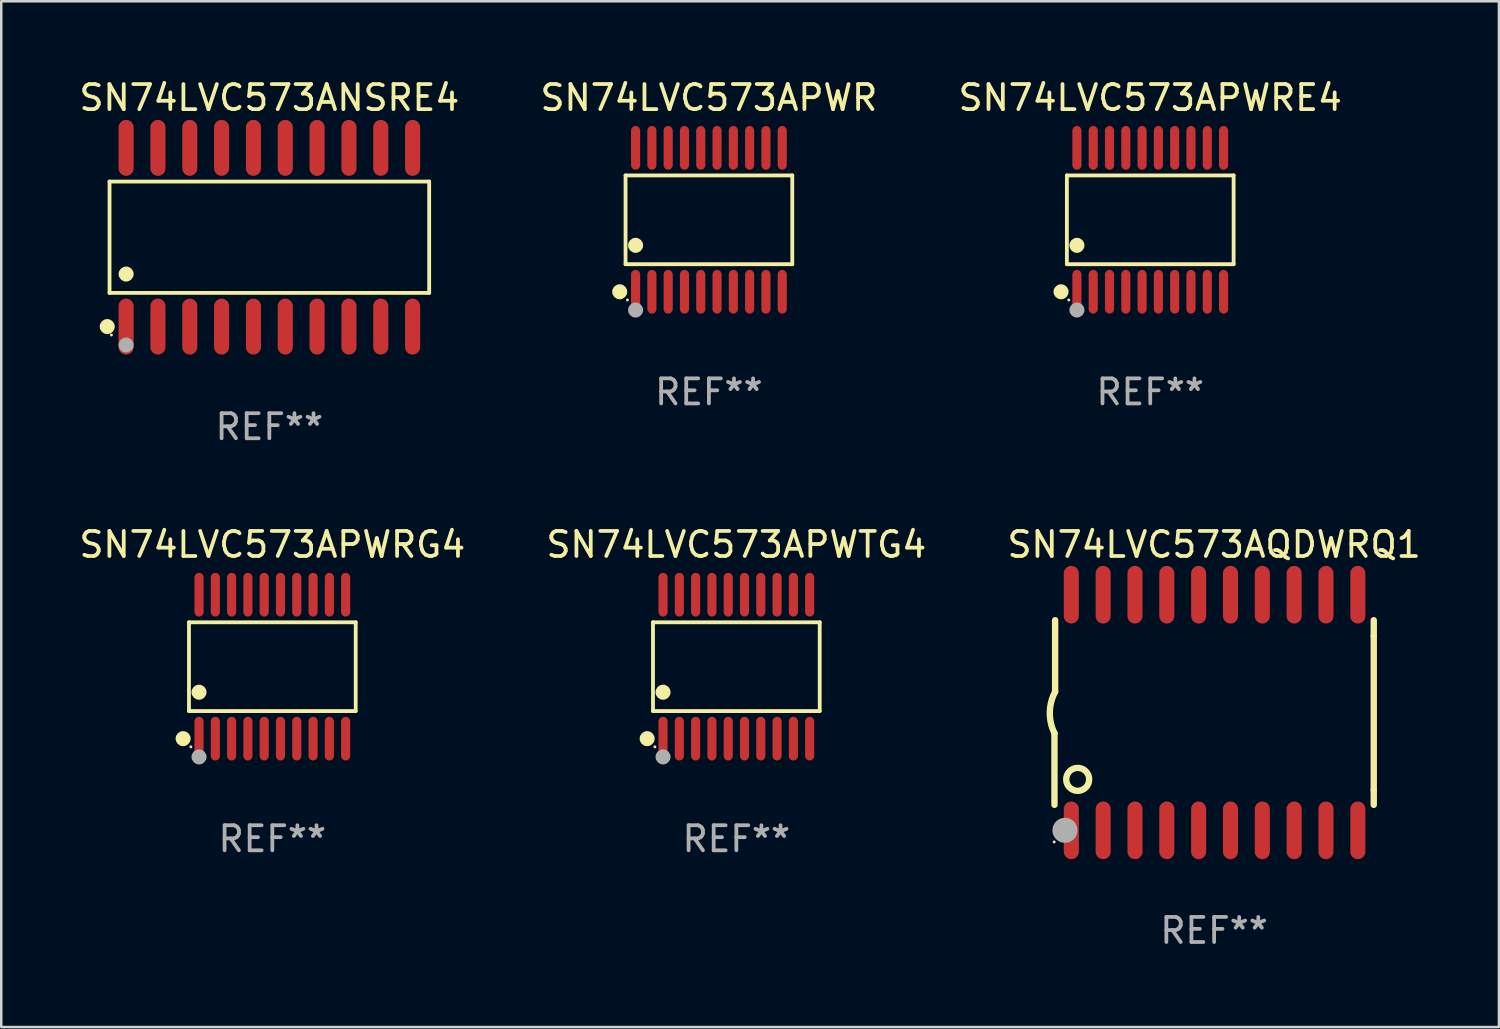
<source format=kicad_pcb>
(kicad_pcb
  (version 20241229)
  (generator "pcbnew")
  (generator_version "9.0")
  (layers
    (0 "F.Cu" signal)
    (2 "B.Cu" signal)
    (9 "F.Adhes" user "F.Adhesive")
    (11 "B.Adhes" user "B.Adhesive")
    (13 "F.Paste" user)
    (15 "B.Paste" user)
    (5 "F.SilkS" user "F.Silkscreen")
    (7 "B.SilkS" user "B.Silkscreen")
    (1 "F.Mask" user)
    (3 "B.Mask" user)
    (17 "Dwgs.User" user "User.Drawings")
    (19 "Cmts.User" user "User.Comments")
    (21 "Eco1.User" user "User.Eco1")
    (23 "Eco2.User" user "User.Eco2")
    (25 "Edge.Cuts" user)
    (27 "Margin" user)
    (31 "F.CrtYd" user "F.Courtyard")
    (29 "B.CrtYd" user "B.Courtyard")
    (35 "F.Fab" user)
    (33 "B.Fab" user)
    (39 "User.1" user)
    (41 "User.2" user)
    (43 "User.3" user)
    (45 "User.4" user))
  (footprint "SN74LVC573APWR"
    (layer "F.Cu")
    (at 25.232 5.719)
    (property "Reference" "SN74LVC573APWR" (at 0 -4.871 0) (layer "F.SilkS") (effects (font (size 1 1) (thickness 0.15))))
    (attr through_hole)
    (fp_line (start -3.326 -1.771) (end 3.326 -1.771) (stroke (width 0.152) (type solid)) (layer "F.SilkS"))
    (fp_line (start -3.326 1.771) (end -3.326 -1.771) (stroke (width 0.152) (type solid)) (layer "F.SilkS"))
    (fp_line (start 3.326 -1.771) (end 3.326 1.771) (stroke (width 0.152) (type solid)) (layer "F.SilkS"))
    (fp_line (start 3.326 1.771) (end -3.326 1.771) (stroke (width 0.152) (type solid)) (layer "F.SilkS"))
    (fp_circle (center -3.559 2.871) (end -3.409 2.871) (stroke (width 0.3) (type solid)) (fill no) (layer "F.SilkS"))
    (fp_circle (center -3.25 3.2) (end -3.22 3.2) (stroke (width 0.06) (type solid)) (fill no) (layer "F.SilkS"))
    (fp_circle (center -2.925 1.019) (end -2.775 1.019) (stroke (width 0.3) (type solid)) (fill no) (layer "F.SilkS"))
    (fp_circle (center -2.925 3.6) (end -2.775 3.6) (stroke (width 0.3) (type solid)) (fill no) (layer "F.Fab"))
    (fp_text user "REF**" (at 0 6.871 0) (layer "F.Fab") (effects (font (size 1 1) (thickness 0.15))))
    (pad "1" smd oval (at -2.925 2.871) (size 0.364 1.742) (layers "F.Cu" "F.Mask" "F.Paste"))
    (pad "2" smd oval (at -2.275 2.871) (size 0.364 1.742) (layers "F.Cu" "F.Mask" "F.Paste"))
    (pad "3" smd oval (at -1.625 2.871) (size 0.364 1.742) (layers "F.Cu" "F.Mask" "F.Paste"))
    (pad "4" smd oval (at -0.975 2.871) (size 0.364 1.742) (layers "F.Cu" "F.Mask" "F.Paste"))
    (pad "5" smd oval (at -0.325 2.871) (size 0.364 1.742) (layers "F.Cu" "F.Mask" "F.Paste"))
    (pad "6" smd oval (at 0.325 2.871) (size 0.364 1.742) (layers "F.Cu" "F.Mask" "F.Paste"))
    (pad "7" smd oval (at 0.975 2.871) (size 0.364 1.742) (layers "F.Cu" "F.Mask" "F.Paste"))
    (pad "8" smd oval (at 1.625 2.871) (size 0.364 1.742) (layers "F.Cu" "F.Mask" "F.Paste"))
    (pad "9" smd oval (at 2.275 2.871) (size 0.364 1.742) (layers "F.Cu" "F.Mask" "F.Paste"))
    (pad "10" smd oval (at 2.925 2.871) (size 0.364 1.742) (layers "F.Cu" "F.Mask" "F.Paste"))
    (pad "11" smd oval (at 2.925 -2.871) (size 0.364 1.742) (layers "F.Cu" "F.Mask" "F.Paste"))
    (pad "12" smd oval (at 2.275 -2.871) (size 0.364 1.742) (layers "F.Cu" "F.Mask" "F.Paste"))
    (pad "13" smd oval (at 1.625 -2.871) (size 0.364 1.742) (layers "F.Cu" "F.Mask" "F.Paste"))
    (pad "14" smd oval (at 0.975 -2.871) (size 0.364 1.742) (layers "F.Cu" "F.Mask" "F.Paste"))
    (pad "15" smd oval (at 0.325 -2.871) (size 0.364 1.742) (layers "F.Cu" "F.Mask" "F.Paste"))
    (pad "16" smd oval (at -0.325 -2.871) (size 0.364 1.742) (layers "F.Cu" "F.Mask" "F.Paste"))
    (pad "17" smd oval (at -0.975 -2.871) (size 0.364 1.742) (layers "F.Cu" "F.Mask" "F.Paste"))
    (pad "18" smd oval (at -1.625 -2.871) (size 0.364 1.742) (layers "F.Cu" "F.Mask" "F.Paste"))
    (pad "19" smd oval (at -2.275 -2.871) (size 0.364 1.742) (layers "F.Cu" "F.Mask" "F.Paste"))
    (pad "20" smd oval (at -2.925 -2.871) (size 0.364 1.742) (layers "F.Cu" "F.Mask" "F.Paste")))
  (footprint "SN74LVC573AQDWRQ1"
    (layer "F.Cu")
    (at 45.387 25.376)
    (property "Reference" "SN74LVC573AQDWRQ1" (at 0 -6.7 0) (layer "F.SilkS") (effects (font (size 1 1) (thickness 0.15))))
    (attr through_hole)
    (fp_line (start -6.369 0.826) (end -6.369 3.683) (stroke (width 0.254) (type solid)) (layer "F.SilkS"))
    (fp_line (start -6.343 -0.825) (end -6.343 -3.683) (stroke (width 0.254) (type solid)) (layer "F.SilkS"))
    (fp_line (start 6.369 -3.048) (end 6.369 -3.683) (stroke (width 0.254) (type solid)) (layer "F.SilkS"))
    (fp_line (start 6.369 -3.048) (end 6.369 3.096) (stroke (width 0.254) (type solid)) (layer "F.SilkS"))
    (fp_line (start 6.369 3.096) (end 6.369 3.683) (stroke (width 0.254) (type solid)) (layer "F.SilkS"))
    (fp_arc (start -6.36853 0.825552) (mid -6.554743 -0.00301) (end -6.343129 -0.825451) (stroke (width 0.254001) (type solid)) (layer "F.SilkS"))
    (fp_circle (center -6.382 5.163) (end -6.352 5.163) (stroke (width 0.06) (type solid)) (fill no) (layer "F.SilkS"))
    (fp_circle (center -5.443 2.667) (end -4.985 2.667) (stroke (width 0.254) (type solid)) (fill no) (layer "F.SilkS"))
    (fp_circle (center -5.951 4.699) (end -5.701 4.699) (stroke (width 0.5) (type solid)) (fill no) (layer "F.Fab"))
    (fp_text user "REF**" (at 0 8.7 0) (layer "F.Fab") (effects (font (size 1 1) (thickness 0.15))))
    (pad "1" smd oval (at -5.697 4.7 180) (size 0.6 2.3) (layers "F.Cu" "F.Mask" "F.Paste"))
    (pad "2" smd oval (at -4.427 4.7 180) (size 0.6 2.3) (layers "F.Cu" "F.Mask" "F.Paste"))
    (pad "3" smd oval (at -3.157 4.7 180) (size 0.6 2.3) (layers "F.Cu" "F.Mask" "F.Paste"))
    (pad "4" smd oval (at -1.887 4.7 180) (size 0.6 2.3) (layers "F.Cu" "F.Mask" "F.Paste"))
    (pad "5" smd oval (at -0.617 4.7 180) (size 0.6 2.3) (layers "F.Cu" "F.Mask" "F.Paste"))
    (pad "6" smd oval (at 0.653 4.7 180) (size 0.6 2.3) (layers "F.Cu" "F.Mask" "F.Paste"))
    (pad "7" smd oval (at 1.923 4.7 180) (size 0.6 2.3) (layers "F.Cu" "F.Mask" "F.Paste"))
    (pad "8" smd oval (at 3.193 4.7 180) (size 0.6 2.3) (layers "F.Cu" "F.Mask" "F.Paste"))
    (pad "9" smd oval (at 4.463 4.7 180) (size 0.6 2.3) (layers "F.Cu" "F.Mask" "F.Paste"))
    (pad "10" smd oval (at 5.734 4.7 180) (size 0.6 2.3) (layers "F.Cu" "F.Mask" "F.Paste"))
    (pad "11" smd oval (at 5.734 -4.7 180) (size 0.6 2.3) (layers "F.Cu" "F.Mask" "F.Paste"))
    (pad "12" smd oval (at 4.463 -4.7 180) (size 0.6 2.3) (layers "F.Cu" "F.Mask" "F.Paste"))
    (pad "13" smd oval (at 3.193 -4.7 180) (size 0.6 2.3) (layers "F.Cu" "F.Mask" "F.Paste"))
    (pad "14" smd oval (at 1.923 -4.7 180) (size 0.6 2.3) (layers "F.Cu" "F.Mask" "F.Paste"))
    (pad "15" smd oval (at 0.653 -4.7 180) (size 0.6 2.3) (layers "F.Cu" "F.Mask" "F.Paste"))
    (pad "16" smd oval (at -0.617 -4.7 180) (size 0.6 2.3) (layers "F.Cu" "F.Mask" "F.Paste"))
    (pad "17" smd oval (at -1.887 -4.7 180) (size 0.6 2.3) (layers "F.Cu" "F.Mask" "F.Paste"))
    (pad "18" smd oval (at -3.157 -4.7 180) (size 0.6 2.3) (layers "F.Cu" "F.Mask" "F.Paste"))
    (pad "19" smd oval (at -4.427 -4.7 180) (size 0.6 2.3) (layers "F.Cu" "F.Mask" "F.Paste"))
    (pad "20" smd oval (at -5.697 -4.7 180) (size 0.6 2.3) (layers "F.Cu" "F.Mask" "F.Paste")))
  (footprint "SN74LVC573ANSRE4"
    (layer "F.Cu")
    (at 7.696 6.414)
    (property "Reference" "SN74LVC573ANSRE4" (at 0 -5.565 0) (layer "F.SilkS") (effects (font (size 1 1) (thickness 0.15))))
    (attr through_hole)
    (fp_line (start -6.376 -2.221) (end 6.376 -2.221) (stroke (width 0.152) (type solid)) (layer "F.SilkS"))
    (fp_line (start -6.376 2.221) (end -6.376 -2.221) (stroke (width 0.152) (type solid)) (layer "F.SilkS"))
    (fp_line (start 6.376 -2.221) (end 6.376 2.221) (stroke (width 0.152) (type solid)) (layer "F.SilkS"))
    (fp_line (start 6.376 2.221) (end -6.376 2.221) (stroke (width 0.152) (type solid)) (layer "F.SilkS"))
    (fp_circle (center -6.468 3.565) (end -6.318 3.565) (stroke (width 0.3) (type solid)) (fill no) (layer "F.SilkS"))
    (fp_circle (center -6.3 3.9) (end -6.27 3.9) (stroke (width 0.06) (type solid)) (fill no) (layer "F.SilkS"))
    (fp_circle (center -5.715 1.469) (end -5.565 1.469) (stroke (width 0.3) (type solid)) (fill no) (layer "F.SilkS"))
    (fp_circle (center -5.715 4.3) (end -5.565 4.3) (stroke (width 0.3) (type solid)) (fill no) (layer "F.Fab"))
    (fp_text user "REF**" (at 0 7.565 0) (layer "F.Fab") (effects (font (size 1 1) (thickness 0.15))))
    (pad "1" smd oval (at -5.715 3.565) (size 0.602 2.231) (layers "F.Cu" "F.Mask" "F.Paste"))
    (pad "2" smd oval (at -4.445 3.565) (size 0.602 2.231) (layers "F.Cu" "F.Mask" "F.Paste"))
    (pad "3" smd oval (at -3.175 3.565) (size 0.602 2.231) (layers "F.Cu" "F.Mask" "F.Paste"))
    (pad "4" smd oval (at -1.905 3.565) (size 0.602 2.231) (layers "F.Cu" "F.Mask" "F.Paste"))
    (pad "5" smd oval (at -0.635 3.565) (size 0.602 2.231) (layers "F.Cu" "F.Mask" "F.Paste"))
    (pad "6" smd oval (at 0.635 3.565) (size 0.602 2.231) (layers "F.Cu" "F.Mask" "F.Paste"))
    (pad "7" smd oval (at 1.905 3.565) (size 0.602 2.231) (layers "F.Cu" "F.Mask" "F.Paste"))
    (pad "8" smd oval (at 3.175 3.565) (size 0.602 2.231) (layers "F.Cu" "F.Mask" "F.Paste"))
    (pad "9" smd oval (at 4.445 3.565) (size 0.602 2.231) (layers "F.Cu" "F.Mask" "F.Paste"))
    (pad "10" smd oval (at 5.715 3.565) (size 0.602 2.231) (layers "F.Cu" "F.Mask" "F.Paste"))
    (pad "11" smd oval (at 5.715 -3.565) (size 0.602 2.231) (layers "F.Cu" "F.Mask" "F.Paste"))
    (pad "12" smd oval (at 4.445 -3.565) (size 0.602 2.231) (layers "F.Cu" "F.Mask" "F.Paste"))
    (pad "13" smd oval (at 3.175 -3.565) (size 0.602 2.231) (layers "F.Cu" "F.Mask" "F.Paste"))
    (pad "14" smd oval (at 1.905 -3.565) (size 0.602 2.231) (layers "F.Cu" "F.Mask" "F.Paste"))
    (pad "15" smd oval (at 0.635 -3.565) (size 0.602 2.231) (layers "F.Cu" "F.Mask" "F.Paste"))
    (pad "16" smd oval (at -0.635 -3.565) (size 0.602 2.231) (layers "F.Cu" "F.Mask" "F.Paste"))
    (pad "17" smd oval (at -1.905 -3.565) (size 0.602 2.231) (layers "F.Cu" "F.Mask" "F.Paste"))
    (pad "18" smd oval (at -3.175 -3.565) (size 0.602 2.231) (layers "F.Cu" "F.Mask" "F.Paste"))
    (pad "19" smd oval (at -4.445 -3.565) (size 0.602 2.231) (layers "F.Cu" "F.Mask" "F.Paste"))
    (pad "20" smd oval (at -5.715 -3.565) (size 0.602 2.231) (layers "F.Cu" "F.Mask" "F.Paste")))
  (footprint "SN74LVC573APWTG4"
    (layer "F.Cu")
    (at 26.327 23.547)
    (property "Reference" "SN74LVC573APWTG4" (at 0 -4.871 0) (layer "F.SilkS") (effects (font (size 1 1) (thickness 0.15))))
    (attr through_hole)
    (fp_line (start -3.326 -1.771) (end 3.326 -1.771) (stroke (width 0.152) (type solid)) (layer "F.SilkS"))
    (fp_line (start -3.326 1.771) (end -3.326 -1.771) (stroke (width 0.152) (type solid)) (layer "F.SilkS"))
    (fp_line (start 3.326 -1.771) (end 3.326 1.771) (stroke (width 0.152) (type solid)) (layer "F.SilkS"))
    (fp_line (start 3.326 1.771) (end -3.326 1.771) (stroke (width 0.152) (type solid)) (layer "F.SilkS"))
    (fp_circle (center -3.559 2.871) (end -3.409 2.871) (stroke (width 0.3) (type solid)) (fill no) (layer "F.SilkS"))
    (fp_circle (center -3.25 3.2) (end -3.22 3.2) (stroke (width 0.06) (type solid)) (fill no) (layer "F.SilkS"))
    (fp_circle (center -2.925 1.019) (end -2.775 1.019) (stroke (width 0.3) (type solid)) (fill no) (layer "F.SilkS"))
    (fp_circle (center -2.925 3.6) (end -2.775 3.6) (stroke (width 0.3) (type solid)) (fill no) (layer "F.Fab"))
    (fp_text user "REF**" (at 0 6.871 0) (layer "F.Fab") (effects (font (size 1 1) (thickness 0.15))))
    (pad "1" smd oval (at -2.925 2.871) (size 0.364 1.742) (layers "F.Cu" "F.Mask" "F.Paste"))
    (pad "2" smd oval (at -2.275 2.871) (size 0.364 1.742) (layers "F.Cu" "F.Mask" "F.Paste"))
    (pad "3" smd oval (at -1.625 2.871) (size 0.364 1.742) (layers "F.Cu" "F.Mask" "F.Paste"))
    (pad "4" smd oval (at -0.975 2.871) (size 0.364 1.742) (layers "F.Cu" "F.Mask" "F.Paste"))
    (pad "5" smd oval (at -0.325 2.871) (size 0.364 1.742) (layers "F.Cu" "F.Mask" "F.Paste"))
    (pad "6" smd oval (at 0.325 2.871) (size 0.364 1.742) (layers "F.Cu" "F.Mask" "F.Paste"))
    (pad "7" smd oval (at 0.975 2.871) (size 0.364 1.742) (layers "F.Cu" "F.Mask" "F.Paste"))
    (pad "8" smd oval (at 1.625 2.871) (size 0.364 1.742) (layers "F.Cu" "F.Mask" "F.Paste"))
    (pad "9" smd oval (at 2.275 2.871) (size 0.364 1.742) (layers "F.Cu" "F.Mask" "F.Paste"))
    (pad "10" smd oval (at 2.925 2.871) (size 0.364 1.742) (layers "F.Cu" "F.Mask" "F.Paste"))
    (pad "11" smd oval (at 2.925 -2.871) (size 0.364 1.742) (layers "F.Cu" "F.Mask" "F.Paste"))
    (pad "12" smd oval (at 2.275 -2.871) (size 0.364 1.742) (layers "F.Cu" "F.Mask" "F.Paste"))
    (pad "13" smd oval (at 1.625 -2.871) (size 0.364 1.742) (layers "F.Cu" "F.Mask" "F.Paste"))
    (pad "14" smd oval (at 0.975 -2.871) (size 0.364 1.742) (layers "F.Cu" "F.Mask" "F.Paste"))
    (pad "15" smd oval (at 0.325 -2.871) (size 0.364 1.742) (layers "F.Cu" "F.Mask" "F.Paste"))
    (pad "16" smd oval (at -0.325 -2.871) (size 0.364 1.742) (layers "F.Cu" "F.Mask" "F.Paste"))
    (pad "17" smd oval (at -0.975 -2.871) (size 0.364 1.742) (layers "F.Cu" "F.Mask" "F.Paste"))
    (pad "18" smd oval (at -1.625 -2.871) (size 0.364 1.742) (layers "F.Cu" "F.Mask" "F.Paste"))
    (pad "19" smd oval (at -2.275 -2.871) (size 0.364 1.742) (layers "F.Cu" "F.Mask" "F.Paste"))
    (pad "20" smd oval (at -2.925 -2.871) (size 0.364 1.742) (layers "F.Cu" "F.Mask" "F.Paste")))
  (footprint "SN74LVC573APWRG4"
    (layer "F.Cu")
    (at 7.815 23.547)
    (property "Reference" "SN74LVC573APWRG4" (at 0 -4.871 0) (layer "F.SilkS") (effects (font (size 1 1) (thickness 0.15))))
    (attr through_hole)
    (fp_line (start -3.326 -1.771) (end 3.326 -1.771) (stroke (width 0.152) (type solid)) (layer "F.SilkS"))
    (fp_line (start -3.326 1.771) (end -3.326 -1.771) (stroke (width 0.152) (type solid)) (layer "F.SilkS"))
    (fp_line (start 3.326 -1.771) (end 3.326 1.771) (stroke (width 0.152) (type solid)) (layer "F.SilkS"))
    (fp_line (start 3.326 1.771) (end -3.326 1.771) (stroke (width 0.152) (type solid)) (layer "F.SilkS"))
    (fp_circle (center -3.559 2.871) (end -3.409 2.871) (stroke (width 0.3) (type solid)) (fill no) (layer "F.SilkS"))
    (fp_circle (center -3.25 3.2) (end -3.22 3.2) (stroke (width 0.06) (type solid)) (fill no) (layer "F.SilkS"))
    (fp_circle (center -2.925 1.019) (end -2.775 1.019) (stroke (width 0.3) (type solid)) (fill no) (layer "F.SilkS"))
    (fp_circle (center -2.925 3.6) (end -2.775 3.6) (stroke (width 0.3) (type solid)) (fill no) (layer "F.Fab"))
    (fp_text user "REF**" (at 0 6.871 0) (layer "F.Fab") (effects (font (size 1 1) (thickness 0.15))))
    (pad "1" smd oval (at -2.925 2.871) (size 0.364 1.742) (layers "F.Cu" "F.Mask" "F.Paste"))
    (pad "2" smd oval (at -2.275 2.871) (size 0.364 1.742) (layers "F.Cu" "F.Mask" "F.Paste"))
    (pad "3" smd oval (at -1.625 2.871) (size 0.364 1.742) (layers "F.Cu" "F.Mask" "F.Paste"))
    (pad "4" smd oval (at -0.975 2.871) (size 0.364 1.742) (layers "F.Cu" "F.Mask" "F.Paste"))
    (pad "5" smd oval (at -0.325 2.871) (size 0.364 1.742) (layers "F.Cu" "F.Mask" "F.Paste"))
    (pad "6" smd oval (at 0.325 2.871) (size 0.364 1.742) (layers "F.Cu" "F.Mask" "F.Paste"))
    (pad "7" smd oval (at 0.975 2.871) (size 0.364 1.742) (layers "F.Cu" "F.Mask" "F.Paste"))
    (pad "8" smd oval (at 1.625 2.871) (size 0.364 1.742) (layers "F.Cu" "F.Mask" "F.Paste"))
    (pad "9" smd oval (at 2.275 2.871) (size 0.364 1.742) (layers "F.Cu" "F.Mask" "F.Paste"))
    (pad "10" smd oval (at 2.925 2.871) (size 0.364 1.742) (layers "F.Cu" "F.Mask" "F.Paste"))
    (pad "11" smd oval (at 2.925 -2.871) (size 0.364 1.742) (layers "F.Cu" "F.Mask" "F.Paste"))
    (pad "12" smd oval (at 2.275 -2.871) (size 0.364 1.742) (layers "F.Cu" "F.Mask" "F.Paste"))
    (pad "13" smd oval (at 1.625 -2.871) (size 0.364 1.742) (layers "F.Cu" "F.Mask" "F.Paste"))
    (pad "14" smd oval (at 0.975 -2.871) (size 0.364 1.742) (layers "F.Cu" "F.Mask" "F.Paste"))
    (pad "15" smd oval (at 0.325 -2.871) (size 0.364 1.742) (layers "F.Cu" "F.Mask" "F.Paste"))
    (pad "16" smd oval (at -0.325 -2.871) (size 0.364 1.742) (layers "F.Cu" "F.Mask" "F.Paste"))
    (pad "17" smd oval (at -0.975 -2.871) (size 0.364 1.742) (layers "F.Cu" "F.Mask" "F.Paste"))
    (pad "18" smd oval (at -1.625 -2.871) (size 0.364 1.742) (layers "F.Cu" "F.Mask" "F.Paste"))
    (pad "19" smd oval (at -2.275 -2.871) (size 0.364 1.742) (layers "F.Cu" "F.Mask" "F.Paste"))
    (pad "20" smd oval (at -2.925 -2.871) (size 0.364 1.742) (layers "F.Cu" "F.Mask" "F.Paste")))
  (footprint "SN74LVC573APWRE4"
    (layer "F.Cu")
    (at 42.839 5.719)
    (property "Reference" "SN74LVC573APWRE4" (at 0 -4.871 0) (layer "F.SilkS") (effects (font (size 1 1) (thickness 0.15))))
    (attr through_hole)
    (fp_line (start -3.326 -1.771) (end 3.326 -1.771) (stroke (width 0.152) (type solid)) (layer "F.SilkS"))
    (fp_line (start -3.326 1.771) (end -3.326 -1.771) (stroke (width 0.152) (type solid)) (layer "F.SilkS"))
    (fp_line (start 3.326 -1.771) (end 3.326 1.771) (stroke (width 0.152) (type solid)) (layer "F.SilkS"))
    (fp_line (start 3.326 1.771) (end -3.326 1.771) (stroke (width 0.152) (type solid)) (layer "F.SilkS"))
    (fp_circle (center -3.559 2.871) (end -3.409 2.871) (stroke (width 0.3) (type solid)) (fill no) (layer "F.SilkS"))
    (fp_circle (center -3.25 3.2) (end -3.22 3.2) (stroke (width 0.06) (type solid)) (fill no) (layer "F.SilkS"))
    (fp_circle (center -2.925 1.019) (end -2.775 1.019) (stroke (width 0.3) (type solid)) (fill no) (layer "F.SilkS"))
    (fp_circle (center -2.925 3.6) (end -2.775 3.6) (stroke (width 0.3) (type solid)) (fill no) (layer "F.Fab"))
    (fp_text user "REF**" (at 0 6.871 0) (layer "F.Fab") (effects (font (size 1 1) (thickness 0.15))))
    (pad "1" smd oval (at -2.925 2.871) (size 0.364 1.742) (layers "F.Cu" "F.Mask" "F.Paste"))
    (pad "2" smd oval (at -2.275 2.871) (size 0.364 1.742) (layers "F.Cu" "F.Mask" "F.Paste"))
    (pad "3" smd oval (at -1.625 2.871) (size 0.364 1.742) (layers "F.Cu" "F.Mask" "F.Paste"))
    (pad "4" smd oval (at -0.975 2.871) (size 0.364 1.742) (layers "F.Cu" "F.Mask" "F.Paste"))
    (pad "5" smd oval (at -0.325 2.871) (size 0.364 1.742) (layers "F.Cu" "F.Mask" "F.Paste"))
    (pad "6" smd oval (at 0.325 2.871) (size 0.364 1.742) (layers "F.Cu" "F.Mask" "F.Paste"))
    (pad "7" smd oval (at 0.975 2.871) (size 0.364 1.742) (layers "F.Cu" "F.Mask" "F.Paste"))
    (pad "8" smd oval (at 1.625 2.871) (size 0.364 1.742) (layers "F.Cu" "F.Mask" "F.Paste"))
    (pad "9" smd oval (at 2.275 2.871) (size 0.364 1.742) (layers "F.Cu" "F.Mask" "F.Paste"))
    (pad "10" smd oval (at 2.925 2.871) (size 0.364 1.742) (layers "F.Cu" "F.Mask" "F.Paste"))
    (pad "11" smd oval (at 2.925 -2.871) (size 0.364 1.742) (layers "F.Cu" "F.Mask" "F.Paste"))
    (pad "12" smd oval (at 2.275 -2.871) (size 0.364 1.742) (layers "F.Cu" "F.Mask" "F.Paste"))
    (pad "13" smd oval (at 1.625 -2.871) (size 0.364 1.742) (layers "F.Cu" "F.Mask" "F.Paste"))
    (pad "14" smd oval (at 0.975 -2.871) (size 0.364 1.742) (layers "F.Cu" "F.Mask" "F.Paste"))
    (pad "15" smd oval (at 0.325 -2.871) (size 0.364 1.742) (layers "F.Cu" "F.Mask" "F.Paste"))
    (pad "16" smd oval (at -0.325 -2.871) (size 0.364 1.742) (layers "F.Cu" "F.Mask" "F.Paste"))
    (pad "17" smd oval (at -0.975 -2.871) (size 0.364 1.742) (layers "F.Cu" "F.Mask" "F.Paste"))
    (pad "18" smd oval (at -1.625 -2.871) (size 0.364 1.742) (layers "F.Cu" "F.Mask" "F.Paste"))
    (pad "19" smd oval (at -2.275 -2.871) (size 0.364 1.742) (layers "F.Cu" "F.Mask" "F.Paste"))
    (pad "20" smd oval (at -2.925 -2.871) (size 0.364 1.742) (layers "F.Cu" "F.Mask" "F.Paste")))
  (gr_rect
    (start -3 -3)
    (end 56.75 37.924)
    (stroke (width 0.1) (type default))
    (fill no)
    (layer "Edge.Cuts")))
</source>
